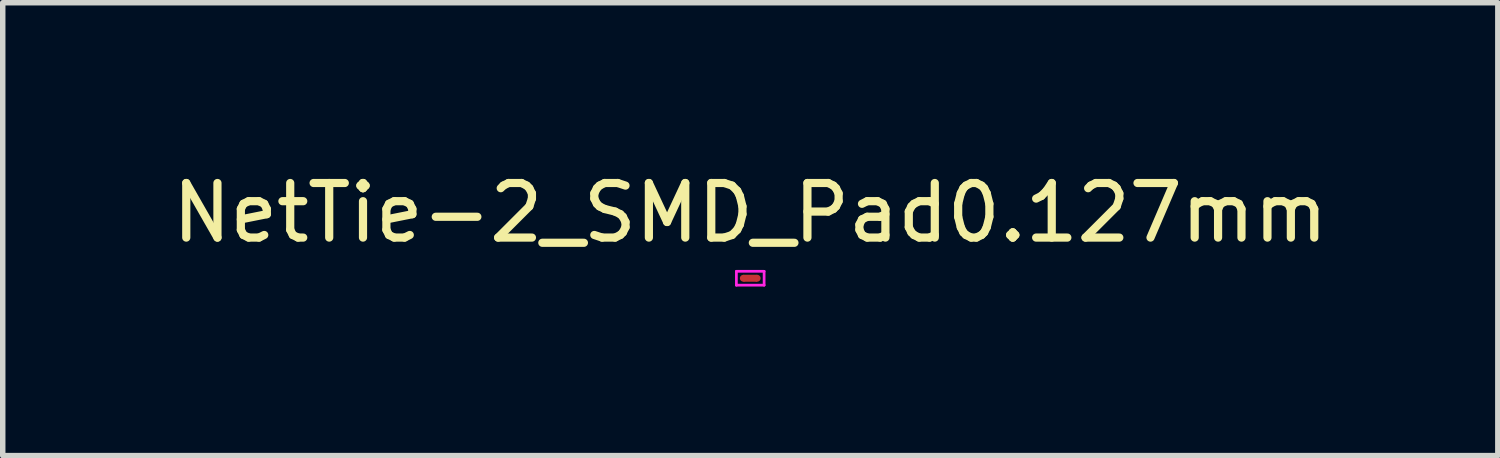
<source format=kicad_pcb>
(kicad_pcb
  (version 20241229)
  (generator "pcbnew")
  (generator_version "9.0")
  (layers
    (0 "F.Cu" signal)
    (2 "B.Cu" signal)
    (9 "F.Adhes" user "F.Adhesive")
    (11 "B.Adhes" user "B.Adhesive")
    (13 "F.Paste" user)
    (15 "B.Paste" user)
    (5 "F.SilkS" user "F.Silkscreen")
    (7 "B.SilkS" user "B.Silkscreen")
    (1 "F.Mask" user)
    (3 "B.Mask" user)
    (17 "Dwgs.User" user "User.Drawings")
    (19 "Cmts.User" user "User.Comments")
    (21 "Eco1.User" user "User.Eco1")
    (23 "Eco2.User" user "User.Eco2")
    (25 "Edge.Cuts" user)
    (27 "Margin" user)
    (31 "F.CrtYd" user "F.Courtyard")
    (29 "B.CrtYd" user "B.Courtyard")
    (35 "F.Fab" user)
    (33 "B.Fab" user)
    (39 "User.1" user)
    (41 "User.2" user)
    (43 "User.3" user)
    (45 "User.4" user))
  (footprint "NetTie-2_SMD_Pad0.127mm"
    (layer "F.Cu")
    (at 10.696 2.048)
    (property "Reference" "NetTie-2_SMD_Pad0.127mm" (at 0 -1.2 0) (layer "F.SilkS") (effects (font (size 1 1) (thickness 0.15))))
    (attr exclude_from_pos_files exclude_from_bom)
    (fp_poly (pts (xy -0.127 -0.064) (xy 0.127 -0.064) (xy 0.127 0.064) (xy -0.127 0.064)) (stroke (width 0) (type solid)) (fill yes) (layer "F.Cu"))
    (fp_line (start -0.254 -0.127) (end -0.254 0.127) (stroke (width 0.05) (type solid)) (layer "F.CrtYd"))
    (fp_line (start -0.254 0.127) (end 0.254 0.127) (stroke (width 0.05) (type solid)) (layer "F.CrtYd"))
    (fp_line (start 0.254 -0.127) (end -0.254 -0.127) (stroke (width 0.05) (type solid)) (layer "F.CrtYd"))
    (fp_line (start 0.254 0.127) (end 0.254 -0.127) (stroke (width 0.05) (type solid)) (layer "F.CrtYd"))
    (pad "1" smd circle (at -0.127 0) (size 0.127 0.127) (layers "F.Cu"))
    (pad "2" smd circle (at 0.127 0) (size 0.127 0.127) (layers "F.Cu")))
  (gr_rect
    (start -3 -3)
    (end 24.393 5.298)
    (stroke (width 0.1) (type default))
    (fill no)
    (layer "Edge.Cuts")))
</source>
